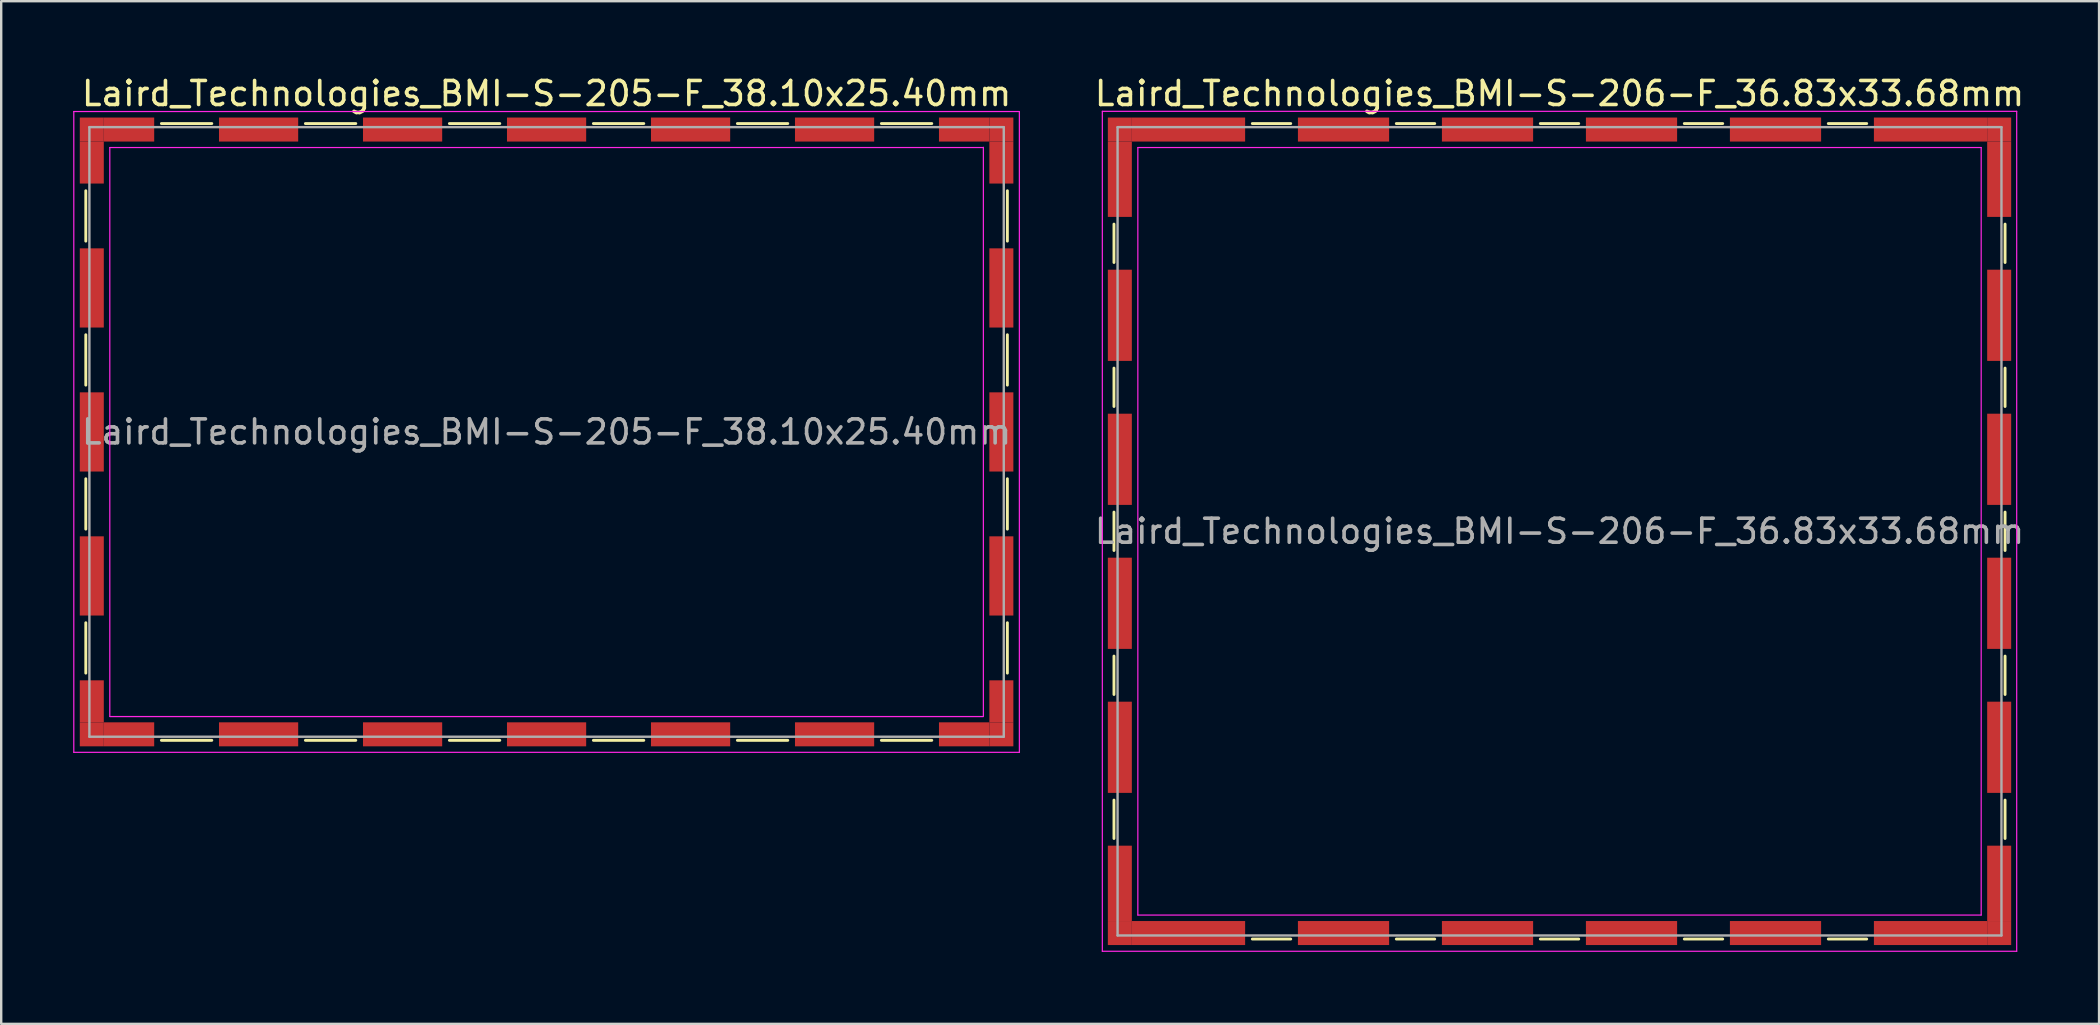
<source format=kicad_pcb>
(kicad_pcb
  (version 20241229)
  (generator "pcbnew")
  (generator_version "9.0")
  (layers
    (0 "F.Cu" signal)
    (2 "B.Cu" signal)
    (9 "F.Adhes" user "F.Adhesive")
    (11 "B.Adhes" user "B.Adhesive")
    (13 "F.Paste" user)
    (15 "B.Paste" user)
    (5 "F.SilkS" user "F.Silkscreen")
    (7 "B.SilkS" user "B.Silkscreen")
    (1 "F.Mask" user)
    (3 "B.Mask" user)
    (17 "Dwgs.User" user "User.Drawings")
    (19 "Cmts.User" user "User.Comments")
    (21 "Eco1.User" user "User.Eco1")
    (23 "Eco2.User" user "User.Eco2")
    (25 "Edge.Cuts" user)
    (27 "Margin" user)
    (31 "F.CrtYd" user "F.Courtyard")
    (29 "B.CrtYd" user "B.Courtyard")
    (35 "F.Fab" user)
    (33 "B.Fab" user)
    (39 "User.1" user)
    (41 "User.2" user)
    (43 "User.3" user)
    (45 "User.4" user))
  (footprint "Laird_Technologies_BMI-S-205-F_38.10x25.40mm"
    (layer "F.Cu")
    (at 19.725 14.948)
    (property "Reference" "Laird_Technologies_BMI-S-205-F_38.10x25.40mm" (at 0 -14.1 0) (layer "F.SilkS") (effects (font (size 1 1) (thickness 0.15))))
    (attr smd)
    (fp_line (start -19.2 -10.05) (end -19.2 -7.95) (stroke (width 0.12) (type solid)) (layer "F.SilkS"))
    (fp_line (start -19.2 -4.05) (end -19.2 -1.95) (stroke (width 0.12) (type solid)) (layer "F.SilkS"))
    (fp_line (start -19.2 1.95) (end -19.2 4.05) (stroke (width 0.12) (type solid)) (layer "F.SilkS"))
    (fp_line (start -19.2 7.95) (end -19.2 10.05) (stroke (width 0.12) (type solid)) (layer "F.SilkS"))
    (fp_line (start -16.05 -12.85) (end -13.95 -12.85) (stroke (width 0.12) (type solid)) (layer "F.SilkS"))
    (fp_line (start -16.05 12.85) (end -13.95 12.85) (stroke (width 0.12) (type solid)) (layer "F.SilkS"))
    (fp_line (start -10.05 -12.85) (end -7.95 -12.85) (stroke (width 0.12) (type solid)) (layer "F.SilkS"))
    (fp_line (start -10.05 12.85) (end -7.95 12.85) (stroke (width 0.12) (type solid)) (layer "F.SilkS"))
    (fp_line (start -4.05 -12.85) (end -1.95 -12.85) (stroke (width 0.12) (type solid)) (layer "F.SilkS"))
    (fp_line (start -4.05 12.85) (end -1.95 12.85) (stroke (width 0.12) (type solid)) (layer "F.SilkS"))
    (fp_line (start 1.95 -12.85) (end 4.05 -12.85) (stroke (width 0.12) (type solid)) (layer "F.SilkS"))
    (fp_line (start 1.95 12.85) (end 4.05 12.85) (stroke (width 0.12) (type solid)) (layer "F.SilkS"))
    (fp_line (start 7.95 -12.85) (end 10.05 -12.85) (stroke (width 0.12) (type solid)) (layer "F.SilkS"))
    (fp_line (start 7.95 12.85) (end 10.05 12.85) (stroke (width 0.12) (type solid)) (layer "F.SilkS"))
    (fp_line (start 13.95 -12.85) (end 16.05 -12.85) (stroke (width 0.12) (type solid)) (layer "F.SilkS"))
    (fp_line (start 13.95 12.85) (end 16.05 12.85) (stroke (width 0.12) (type solid)) (layer "F.SilkS"))
    (fp_line (start 19.2 -10.05) (end 19.2 -7.95) (stroke (width 0.12) (type solid)) (layer "F.SilkS"))
    (fp_line (start 19.2 -4.05) (end 19.2 -1.95) (stroke (width 0.12) (type solid)) (layer "F.SilkS"))
    (fp_line (start 19.2 1.95) (end 19.2 4.05) (stroke (width 0.12) (type solid)) (layer "F.SilkS"))
    (fp_line (start 19.2 7.95) (end 19.2 10.05) (stroke (width 0.12) (type solid)) (layer "F.SilkS"))
    (fp_line (start -19.7 -13.35) (end -19.7 13.35) (stroke (width 0.05) (type solid)) (layer "F.CrtYd"))
    (fp_line (start -19.7 13.35) (end 19.7 13.35) (stroke (width 0.05) (type solid)) (layer "F.CrtYd"))
    (fp_line (start -18.2 -11.85) (end -18.2 11.85) (stroke (width 0.05) (type solid)) (layer "F.CrtYd"))
    (fp_line (start 18.2 -11.86) (end 18.2 11.84) (stroke (width 0.05) (type solid)) (layer "F.CrtYd"))
    (fp_line (start 18.2 -11.85) (end -18.2 -11.85) (stroke (width 0.05) (type solid)) (layer "F.CrtYd"))
    (fp_line (start 18.2 11.86) (end -18.2 11.86) (stroke (width 0.05) (type solid)) (layer "F.CrtYd"))
    (fp_line (start 19.7 -13.35) (end -19.7 -13.35) (stroke (width 0.05) (type solid)) (layer "F.CrtYd"))
    (fp_line (start 19.7 13.35) (end 19.7 -13.35) (stroke (width 0.05) (type solid)) (layer "F.CrtYd"))
    (fp_line (start -19.05 -12.7) (end -19.05 12.7) (stroke (width 0.1) (type solid)) (layer "F.Fab"))
    (fp_line (start -19.05 12.7) (end 19.05 12.7) (stroke (width 0.1) (type solid)) (layer "F.Fab"))
    (fp_line (start 19.05 -12.7) (end -19.05 -12.7) (stroke (width 0.1) (type solid)) (layer "F.Fab"))
    (fp_line (start 19.05 12.7) (end 19.05 -12.7) (stroke (width 0.1) (type solid)) (layer "F.Fab"))
    (fp_text user "${REFERENCE}" (at 0 0 0) (layer "F.Fab") (effects (font (size 1 1) (thickness 0.15))))
    (pad "1" smd rect (at -18.95 -12.6) (size 1 1) (layers "F.Cu" "F.Mask" "F.Paste"))
    (pad "1" smd rect (at -18.95 -11.225) (size 1 1.75) (layers "F.Cu" "F.Mask" "F.Paste"))
    (pad "1" smd rect (at -18.95 -6) (size 1 3.3) (layers "F.Cu" "F.Mask" "F.Paste"))
    (pad "1" smd rect (at -18.95 0) (size 1 3.3) (layers "F.Cu" "F.Mask" "F.Paste"))
    (pad "1" smd rect (at -18.95 6) (size 1 3.3) (layers "F.Cu" "F.Mask" "F.Paste"))
    (pad "1" smd rect (at -18.95 11.225) (size 1 1.75) (layers "F.Cu" "F.Mask" "F.Paste"))
    (pad "1" smd rect (at -18.95 12.6) (size 1 1) (layers "F.Cu" "F.Mask" "F.Paste"))
    (pad "1" smd rect (at -17.4 -12.6) (size 2.1 1) (layers "F.Cu" "F.Mask" "F.Paste"))
    (pad "1" smd rect (at -17.4 12.6) (size 2.1 1) (layers "F.Cu" "F.Mask" "F.Paste"))
    (pad "1" smd rect (at -12 -12.6) (size 3.3 1) (layers "F.Cu" "F.Mask" "F.Paste"))
    (pad "1" smd rect (at -12 12.6) (size 3.3 1) (layers "F.Cu" "F.Mask" "F.Paste"))
    (pad "1" smd rect (at -6 -12.6) (size 3.3 1) (layers "F.Cu" "F.Mask" "F.Paste"))
    (pad "1" smd rect (at -6 12.6) (size 3.3 1) (layers "F.Cu" "F.Mask" "F.Paste"))
    (pad "1" smd rect (at 0 -12.6) (size 3.3 1) (layers "F.Cu" "F.Mask" "F.Paste"))
    (pad "1" smd rect (at 0 12.6) (size 3.3 1) (layers "F.Cu" "F.Mask" "F.Paste"))
    (pad "1" smd rect (at 6 -12.6) (size 3.3 1) (layers "F.Cu" "F.Mask" "F.Paste"))
    (pad "1" smd rect (at 6 12.6) (size 3.3 1) (layers "F.Cu" "F.Mask" "F.Paste"))
    (pad "1" smd rect (at 12 -12.6) (size 3.3 1) (layers "F.Cu" "F.Mask" "F.Paste"))
    (pad "1" smd rect (at 12 12.6) (size 3.3 1) (layers "F.Cu" "F.Mask" "F.Paste"))
    (pad "1" smd rect (at 17.4 -12.6) (size 2.1 1) (layers "F.Cu" "F.Mask" "F.Paste"))
    (pad "1" smd rect (at 17.4 12.6) (size 2.1 1) (layers "F.Cu" "F.Mask" "F.Paste"))
    (pad "1" smd rect (at 18.95 -12.6) (size 1 1) (layers "F.Cu" "F.Mask" "F.Paste"))
    (pad "1" smd rect (at 18.95 -11.225) (size 1 1.75) (layers "F.Cu" "F.Mask" "F.Paste"))
    (pad "1" smd rect (at 18.95 -6) (size 1 3.3) (layers "F.Cu" "F.Mask" "F.Paste"))
    (pad "1" smd rect (at 18.95 0) (size 1 3.3) (layers "F.Cu" "F.Mask" "F.Paste"))
    (pad "1" smd rect (at 18.95 6) (size 1 3.3) (layers "F.Cu" "F.Mask" "F.Paste"))
    (pad "1" smd rect (at 18.95 11.225) (size 1 1.75) (layers "F.Cu" "F.Mask" "F.Paste"))
    (pad "1" smd rect (at 18.95 12.6) (size 1 1) (layers "F.Cu" "F.Mask" "F.Paste")))
  (footprint "Laird_Technologies_BMI-S-206-F_36.83x33.68mm"
    (layer "F.Cu")
    (at 61.932 19.088)
    (property "Reference" "Laird_Technologies_BMI-S-206-F_36.83x33.68mm" (at 0 -18.24 0) (layer "F.SilkS") (effects (font (size 1 1) (thickness 0.15))))
    (attr smd)
    (fp_line (start -18.565 -12.8) (end -18.565 -11.2) (stroke (width 0.12) (type solid)) (layer "F.SilkS"))
    (fp_line (start -18.565 -6.8) (end -18.565 -5.2) (stroke (width 0.12) (type solid)) (layer "F.SilkS"))
    (fp_line (start -18.565 -0.8) (end -18.565 0.8) (stroke (width 0.12) (type solid)) (layer "F.SilkS"))
    (fp_line (start -18.565 5.2) (end -18.565 6.8) (stroke (width 0.12) (type solid)) (layer "F.SilkS"))
    (fp_line (start -18.565 11.2) (end -18.565 12.8) (stroke (width 0.12) (type solid)) (layer "F.SilkS"))
    (fp_line (start -12.8 -16.99) (end -11.2 -16.99) (stroke (width 0.12) (type solid)) (layer "F.SilkS"))
    (fp_line (start -12.8 16.99) (end -11.2 16.99) (stroke (width 0.12) (type solid)) (layer "F.SilkS"))
    (fp_line (start -6.8 -16.99) (end -5.2 -16.99) (stroke (width 0.12) (type solid)) (layer "F.SilkS"))
    (fp_line (start -6.8 16.99) (end -5.2 16.99) (stroke (width 0.12) (type solid)) (layer "F.SilkS"))
    (fp_line (start -0.8 -16.99) (end 0.8 -16.99) (stroke (width 0.12) (type solid)) (layer "F.SilkS"))
    (fp_line (start -0.8 16.99) (end 0.8 16.99) (stroke (width 0.12) (type solid)) (layer "F.SilkS"))
    (fp_line (start 5.2 -16.99) (end 6.8 -16.99) (stroke (width 0.12) (type solid)) (layer "F.SilkS"))
    (fp_line (start 5.2 16.99) (end 6.8 16.99) (stroke (width 0.12) (type solid)) (layer "F.SilkS"))
    (fp_line (start 11.2 -16.99) (end 12.8 -16.99) (stroke (width 0.12) (type solid)) (layer "F.SilkS"))
    (fp_line (start 11.2 16.99) (end 12.8 16.99) (stroke (width 0.12) (type solid)) (layer "F.SilkS"))
    (fp_line (start 18.565 -12.8) (end 18.565 -11.2) (stroke (width 0.12) (type solid)) (layer "F.SilkS"))
    (fp_line (start 18.565 -6.8) (end 18.565 -5.2) (stroke (width 0.12) (type solid)) (layer "F.SilkS"))
    (fp_line (start 18.565 -0.8) (end 18.565 0.8) (stroke (width 0.12) (type solid)) (layer "F.SilkS"))
    (fp_line (start 18.565 5.2) (end 18.565 6.8) (stroke (width 0.12) (type solid)) (layer "F.SilkS"))
    (fp_line (start 18.565 11.2) (end 18.565 12.8) (stroke (width 0.12) (type solid)) (layer "F.SilkS"))
    (fp_line (start -19.05 -17.5) (end -19.05 17.5) (stroke (width 0.05) (type solid)) (layer "F.CrtYd"))
    (fp_line (start -19.05 17.5) (end 19.05 17.5) (stroke (width 0.05) (type solid)) (layer "F.CrtYd"))
    (fp_line (start -17.57 -15.99) (end -17.57 15.99) (stroke (width 0.05) (type solid)) (layer "F.CrtYd"))
    (fp_line (start 17.57 -15.99) (end -17.57 -15.99) (stroke (width 0.05) (type solid)) (layer "F.CrtYd"))
    (fp_line (start 17.57 -15.99) (end 17.57 15.99) (stroke (width 0.05) (type solid)) (layer "F.CrtYd"))
    (fp_line (start 17.57 15.99) (end -17.57 15.99) (stroke (width 0.05) (type solid)) (layer "F.CrtYd"))
    (fp_line (start 19.05 -17.5) (end -19.05 -17.5) (stroke (width 0.05) (type solid)) (layer "F.CrtYd"))
    (fp_line (start 19.05 17.5) (end 19.05 -17.5) (stroke (width 0.05) (type solid)) (layer "F.CrtYd"))
    (fp_line (start -18.415 -16.84) (end -18.415 16.84) (stroke (width 0.1) (type solid)) (layer "F.Fab"))
    (fp_line (start -18.415 16.84) (end 18.415 16.84) (stroke (width 0.1) (type solid)) (layer "F.Fab"))
    (fp_line (start 18.415 -16.84) (end -18.415 -16.84) (stroke (width 0.1) (type solid)) (layer "F.Fab"))
    (fp_line (start 18.415 16.84) (end 18.415 -16.84) (stroke (width 0.1) (type solid)) (layer "F.Fab"))
    (fp_text user "${REFERENCE}" (at 0 0 0) (layer "F.Fab") (effects (font (size 1 1) (thickness 0.15))))
    (pad "1" smd rect (at -18.32 -16.74) (size 1 1) (layers "F.Cu" "F.Mask" "F.Paste"))
    (pad "1" smd rect (at -18.32 -14.67) (size 1 3.14) (layers "F.Cu" "F.Mask" "F.Paste"))
    (pad "1" smd rect (at -18.32 -9) (size 1 3.8) (layers "F.Cu" "F.Mask" "F.Paste"))
    (pad "1" smd rect (at -18.32 -3) (size 1 3.8) (layers "F.Cu" "F.Mask" "F.Paste"))
    (pad "1" smd rect (at -18.32 3) (size 1 3.8) (layers "F.Cu" "F.Mask" "F.Paste"))
    (pad "1" smd rect (at -18.32 9) (size 1 3.8) (layers "F.Cu" "F.Mask" "F.Paste"))
    (pad "1" smd rect (at -18.32 14.67) (size 1 3.14) (layers "F.Cu" "F.Mask" "F.Paste"))
    (pad "1" smd rect (at -18.32 16.74) (size 1 1) (layers "F.Cu" "F.Mask" "F.Paste"))
    (pad "1" smd rect (at -15.46 -16.74) (size 4.72 1) (layers "F.Cu" "F.Mask" "F.Paste"))
    (pad "1" smd rect (at -15.46 16.74) (size 4.72 1) (layers "F.Cu" "F.Mask" "F.Paste"))
    (pad "1" smd rect (at -9 -16.74) (size 3.8 1) (layers "F.Cu" "F.Mask" "F.Paste"))
    (pad "1" smd rect (at -9 16.74) (size 3.8 1) (layers "F.Cu" "F.Mask" "F.Paste"))
    (pad "1" smd rect (at -3 -16.74) (size 3.8 1) (layers "F.Cu" "F.Mask" "F.Paste"))
    (pad "1" smd rect (at -3 16.74) (size 3.8 1) (layers "F.Cu" "F.Mask" "F.Paste"))
    (pad "1" smd rect (at 3 -16.74) (size 3.8 1) (layers "F.Cu" "F.Mask" "F.Paste"))
    (pad "1" smd rect (at 3 16.74) (size 3.8 1) (layers "F.Cu" "F.Mask" "F.Paste"))
    (pad "1" smd rect (at 9 -16.74) (size 3.8 1) (layers "F.Cu" "F.Mask" "F.Paste"))
    (pad "1" smd rect (at 9 16.74) (size 3.8 1) (layers "F.Cu" "F.Mask" "F.Paste"))
    (pad "1" smd rect (at 15.46 -16.74) (size 4.72 1) (layers "F.Cu" "F.Mask" "F.Paste"))
    (pad "1" smd rect (at 15.46 16.74) (size 4.72 1) (layers "F.Cu" "F.Mask" "F.Paste"))
    (pad "1" smd rect (at 18.32 -16.74) (size 1 1) (layers "F.Cu" "F.Mask" "F.Paste"))
    (pad "1" smd rect (at 18.32 -14.67) (size 1 3.14) (layers "F.Cu" "F.Mask" "F.Paste"))
    (pad "1" smd rect (at 18.32 -9) (size 1 3.8) (layers "F.Cu" "F.Mask" "F.Paste"))
    (pad "1" smd rect (at 18.32 -3) (size 1 3.8) (layers "F.Cu" "F.Mask" "F.Paste"))
    (pad "1" smd rect (at 18.32 3) (size 1 3.8) (layers "F.Cu" "F.Mask" "F.Paste"))
    (pad "1" smd rect (at 18.32 9) (size 1 3.8) (layers "F.Cu" "F.Mask" "F.Paste"))
    (pad "1" smd rect (at 18.32 14.67) (size 1 3.14) (layers "F.Cu" "F.Mask" "F.Paste"))
    (pad "1" smd rect (at 18.32 16.74) (size 1 1) (layers "F.Cu" "F.Mask" "F.Paste")))
  (gr_rect
    (start -3 -3)
    (end 84.414 39.613)
    (stroke (width 0.1) (type default))
    (fill no)
    (layer "Edge.Cuts")))
</source>
